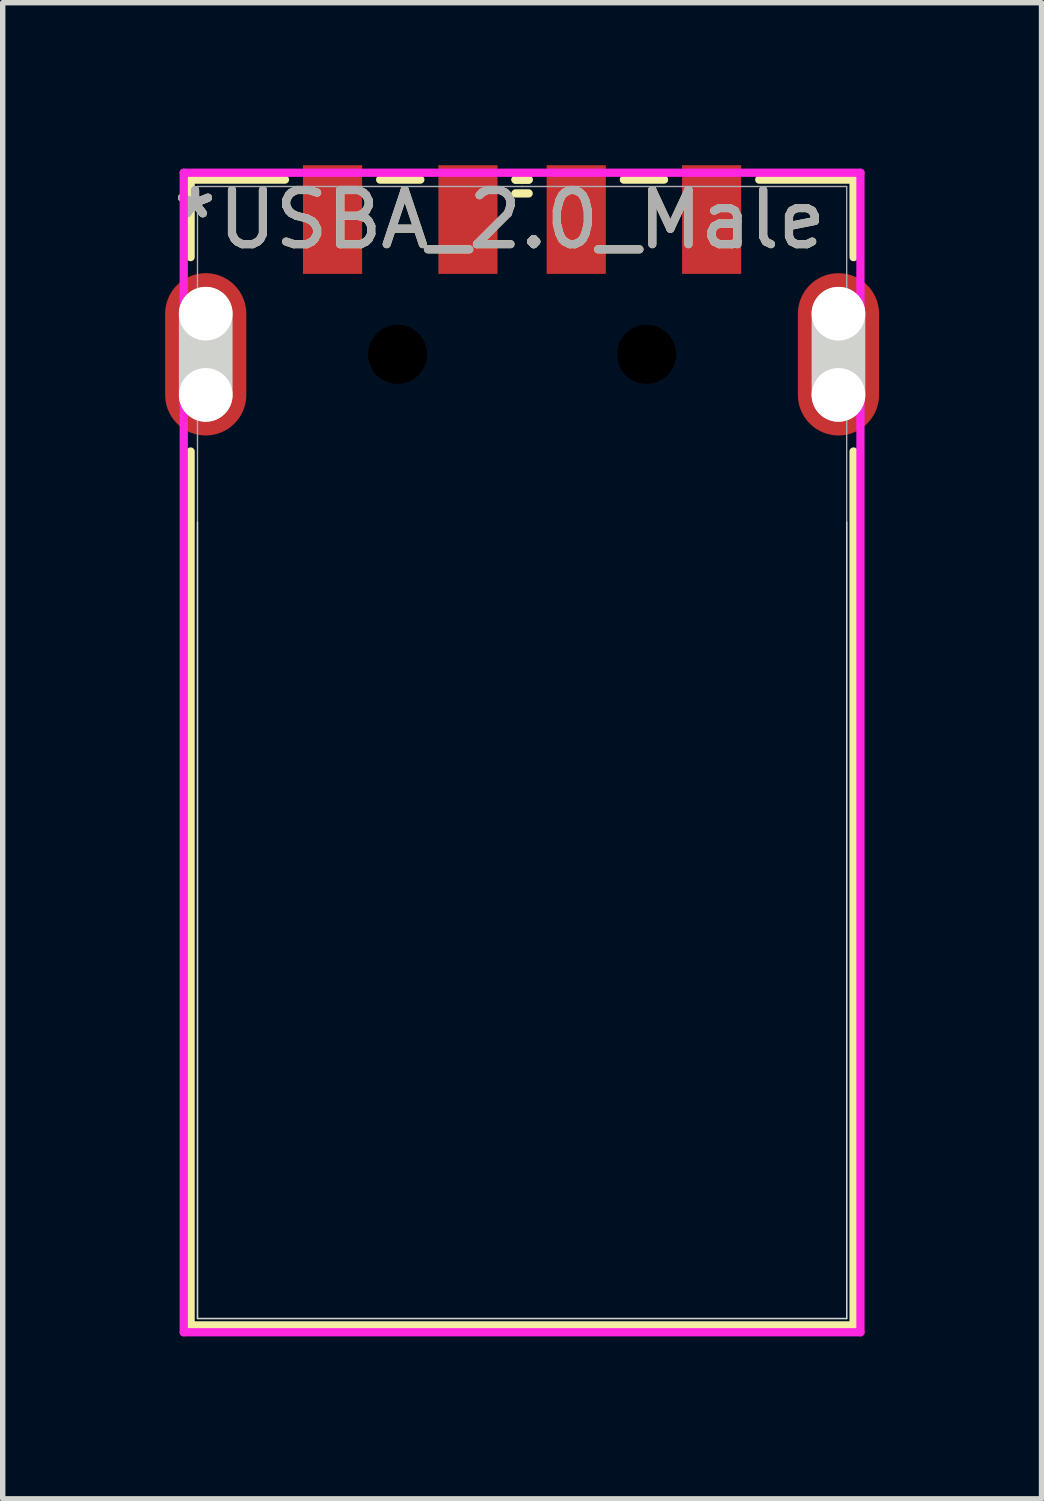
<source format=kicad_pcb>
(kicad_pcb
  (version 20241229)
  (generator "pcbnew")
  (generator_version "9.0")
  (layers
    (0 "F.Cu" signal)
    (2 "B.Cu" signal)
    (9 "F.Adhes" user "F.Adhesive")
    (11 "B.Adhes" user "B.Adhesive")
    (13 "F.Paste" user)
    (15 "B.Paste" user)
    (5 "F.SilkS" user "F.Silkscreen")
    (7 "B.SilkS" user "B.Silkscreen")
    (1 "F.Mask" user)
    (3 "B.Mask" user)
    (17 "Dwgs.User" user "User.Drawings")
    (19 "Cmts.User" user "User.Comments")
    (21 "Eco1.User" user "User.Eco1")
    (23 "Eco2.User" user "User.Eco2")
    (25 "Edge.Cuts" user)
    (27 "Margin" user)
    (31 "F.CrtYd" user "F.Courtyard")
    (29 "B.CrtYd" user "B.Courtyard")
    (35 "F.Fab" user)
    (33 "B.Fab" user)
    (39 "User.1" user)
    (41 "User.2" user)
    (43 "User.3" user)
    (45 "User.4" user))
  (footprint "USBA_2.0_Male"
    (layer "F.Cu")
    (at 6.591 10.846)
    (property "Reference" "USBA_2.0_Male" (at 0 -9.842 0) (unlocked yes) (layer "F.SilkS") (effects (font (size 1 1) (thickness 0.15))))
    (attr smd)
    (fp_line (start -6.121 -10.579) (end -6.121 -9.148) (stroke (width 0.152) (type solid)) (layer "F.SilkS"))
    (fp_line (start -6.121 -5.559) (end -6.121 10.579) (stroke (width 0.152) (type solid)) (layer "F.SilkS"))
    (fp_line (start -6.121 10.579) (end 6.121 10.579) (stroke (width 0.152) (type solid)) (layer "F.SilkS"))
    (fp_line (start -4.379 -10.579) (end -6.121 -10.579) (stroke (width 0.152) (type solid)) (layer "F.SilkS"))
    (fp_line (start -1.879 -10.579) (end -2.621 -10.579) (stroke (width 0.152) (type solid)) (layer "F.SilkS"))
    (fp_line (start -0.121 -10.325) (end 0.121 -10.325) (stroke (width 0.152) (type solid)) (layer "F.SilkS"))
    (fp_line (start 0.121 -10.579) (end -0.121 -10.579) (stroke (width 0.152) (type solid)) (layer "F.SilkS"))
    (fp_line (start 0.121 -10.579) (end -0.121 -10.579) (stroke (width 0.152) (type solid)) (layer "F.SilkS"))
    (fp_line (start 2.621 -10.579) (end 1.879 -10.579) (stroke (width 0.152) (type solid)) (layer "F.SilkS"))
    (fp_line (start 6.121 -10.579) (end 4.379 -10.579) (stroke (width 0.152) (type solid)) (layer "F.SilkS"))
    (fp_line (start 6.121 -9.148) (end 6.121 -10.579) (stroke (width 0.152) (type solid)) (layer "F.SilkS"))
    (fp_line (start 6.121 10.579) (end 6.121 -5.559) (stroke (width 0.152) (type solid)) (layer "F.SilkS"))
    (fp_line (start -5.994 -4.255) (end -5.994 10.452) (stroke (width 0.025) (type solid)) (layer "Edge.Cuts"))
    (fp_line (start -5.994 10.452) (end 5.994 10.452) (stroke (width 0.025) (type solid)) (layer "Edge.Cuts"))
    (fp_line (start -5.842 -6.604) (end -5.842 -8.103) (stroke (width 0.991) (type solid)) (layer "Edge.Cuts"))
    (fp_line (start 5.842 -6.604) (end 5.842 -8.103) (stroke (width 0.991) (type solid)) (layer "Edge.Cuts"))
    (fp_line (start 5.994 10.452) (end 5.994 -4.255) (stroke (width 0.025) (type solid)) (layer "Edge.Cuts"))
    (fp_line (start -6.248 -10.706) (end -6.248 10.706) (stroke (width 0.152) (type solid)) (layer "F.CrtYd"))
    (fp_line (start -6.248 10.706) (end 6.248 10.706) (stroke (width 0.152) (type solid)) (layer "F.CrtYd"))
    (fp_line (start 6.248 -10.706) (end -6.248 -10.706) (stroke (width 0.152) (type solid)) (layer "F.CrtYd"))
    (fp_line (start 6.248 10.706) (end 6.248 -10.706) (stroke (width 0.152) (type solid)) (layer "F.CrtYd"))
    (fp_line (start -5.994 -10.452) (end -5.994 10.452) (stroke (width 0.025) (type solid)) (layer "F.Fab"))
    (fp_line (start -5.994 10.452) (end 5.994 10.452) (stroke (width 0.025) (type solid)) (layer "F.Fab"))
    (fp_line (start 0 -10.452) (end 0 -10.452) (stroke (width 0.025) (type solid)) (layer "F.Fab"))
    (fp_line (start 0 -10.452) (end 0 -10.452) (stroke (width 0.025) (type solid)) (layer "F.Fab"))
    (fp_line (start 0 -10.452) (end 0 -10.452) (stroke (width 0.025) (type solid)) (layer "F.Fab"))
    (fp_line (start 0 -10.452) (end 0 -10.452) (stroke (width 0.025) (type solid)) (layer "F.Fab"))
    (fp_line (start 5.994 -10.452) (end -5.994 -10.452) (stroke (width 0.025) (type solid)) (layer "F.Fab"))
    (fp_line (start 5.994 10.452) (end 5.994 -10.452) (stroke (width 0.025) (type solid)) (layer "F.Fab"))
    (fp_text user "*" (at -6.04 -9.842 0) (unlocked yes) (layer "F.SilkS") (effects (font (size 1 1) (thickness 0.15))))
    (fp_text user "*" (at -6.04 -9.842 0) (layer "F.SilkS") (effects (font (size 1 1) (thickness 0.15))))
    (fp_text user "*" (at -6.04 -9.842 0) (layer "F.Fab") (effects (font (size 1 1) (thickness 0.15))))
    (fp_text user "${REFERENCE}" (at 0 -9.842 0) (unlocked yes) (layer "F.Fab") (effects (font (size 1 1) (thickness 0.15))))
    (fp_text user "*" (at -6.04 -9.842 0) (unlocked yes) (layer "F.Fab") (effects (font (size 1 1) (thickness 0.15))))
    (pad "" np_thru_hole circle (at -5.842 -8.103) (size 0.991 0.991) (drill 0.991) (layers "*.Cu" "*.Mask"))
    (pad "" np_thru_hole circle (at -5.842 -6.604) (size 0.991 0.991) (drill 0.991) (layers "*.Cu" "*.Mask"))
    (pad "" np_thru_hole circle (at -2.299 -7.353) (size 1.092 1.092) (drill 1.092) (layers))
    (pad "" np_thru_hole circle (at 2.299 -7.353) (size 1.092 1.092) (drill 1.092) (layers))
    (pad "" np_thru_hole circle (at 5.842 -8.103) (size 0.991 0.991) (drill 0.991) (layers "*.Cu" "*.Mask"))
    (pad "" np_thru_hole circle (at 5.842 -6.604) (size 0.991 0.991) (drill 0.991) (layers "*.Cu" "*.Mask"))
    (pad "1" smd rect (at -3.5 -9.842) (size 1.092 2.007) (layers "F.Cu" "F.Mask" "F.Paste"))
    (pad "2" smd rect (at -1 -9.842) (size 1.092 2.007) (layers "F.Cu" "F.Mask" "F.Paste"))
    (pad "3" smd rect (at 1 -9.842) (size 1.092 2.007) (layers "F.Cu" "F.Mask" "F.Paste"))
    (pad "4" smd rect (at 3.5 -9.842) (size 1.092 2.007) (layers "F.Cu" "F.Mask" "F.Paste"))
    (pad "7" smd oval (at -5.842 -7.353) (size 1.499 2.997) (layers "F.Cu" "F.Mask" "F.Paste"))
    (pad "8" smd oval (at 5.842 -7.353) (size 1.499 2.997) (layers "F.Cu" "F.Mask" "F.Paste")))
  (gr_rect
    (start -3 -3)
    (end 16.183 24.628)
    (stroke (width 0.1) (type default))
    (fill no)
    (layer "Edge.Cuts")))
</source>
